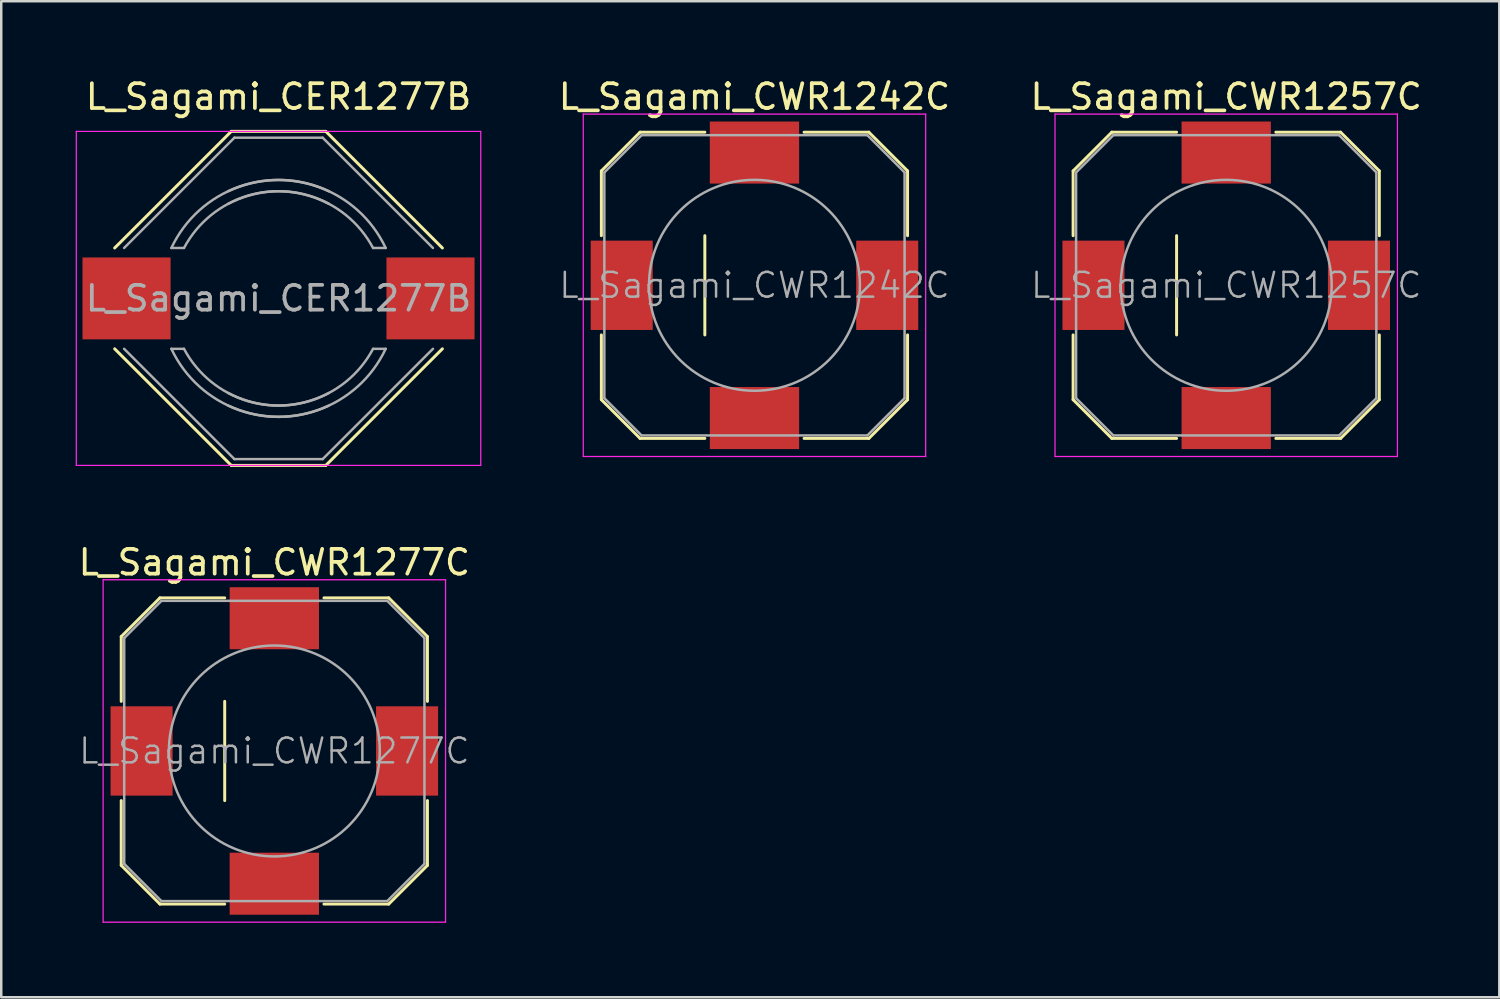
<source format=kicad_pcb>
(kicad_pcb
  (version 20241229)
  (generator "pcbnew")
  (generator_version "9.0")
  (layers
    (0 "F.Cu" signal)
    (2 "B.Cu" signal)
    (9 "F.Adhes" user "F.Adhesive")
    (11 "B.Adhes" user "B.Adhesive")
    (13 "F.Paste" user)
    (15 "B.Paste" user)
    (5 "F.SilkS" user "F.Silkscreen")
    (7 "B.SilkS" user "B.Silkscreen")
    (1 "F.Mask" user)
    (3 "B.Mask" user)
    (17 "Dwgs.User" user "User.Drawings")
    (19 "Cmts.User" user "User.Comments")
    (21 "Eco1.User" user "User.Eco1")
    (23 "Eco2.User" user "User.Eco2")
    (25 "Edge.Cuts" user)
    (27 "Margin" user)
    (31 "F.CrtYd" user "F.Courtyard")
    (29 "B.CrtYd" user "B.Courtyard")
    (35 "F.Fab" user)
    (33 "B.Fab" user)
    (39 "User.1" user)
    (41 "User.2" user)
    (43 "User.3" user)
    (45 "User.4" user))
  (footprint "L_Sagami_CWR1277C"
    (layer "F.Cu")
    (at 8.006 27.215)
    (property "Reference" "L_Sagami_CWR1277C" (at 0 -7.6 0) (layer "F.SilkS") (effects (font (size 1 1) (thickness 0.15))))
    (attr smd)
    (fp_line (start -6.17 -4.61) (end -6.17 -2) (stroke (width 0.12) (type solid)) (layer "F.SilkS"))
    (fp_line (start -6.17 2) (end -6.17 4.61) (stroke (width 0.12) (type solid)) (layer "F.SilkS"))
    (fp_line (start -4.61 -6.17) (end -6.17 -4.61) (stroke (width 0.12) (type solid)) (layer "F.SilkS"))
    (fp_line (start -4.61 -6.17) (end -2 -6.17) (stroke (width 0.12) (type solid)) (layer "F.SilkS"))
    (fp_line (start -4.61 6.17) (end -6.17 4.61) (stroke (width 0.12) (type solid)) (layer "F.SilkS"))
    (fp_line (start -4.61 6.17) (end -2 6.17) (stroke (width 0.12) (type solid)) (layer "F.SilkS"))
    (fp_line (start -2 -2) (end -2 2) (stroke (width 0.12) (type solid)) (layer "F.SilkS"))
    (fp_line (start 2 6.17) (end 4.61 6.17) (stroke (width 0.12) (type solid)) (layer "F.SilkS"))
    (fp_line (start 4.61 -6.17) (end 2 -6.17) (stroke (width 0.12) (type solid)) (layer "F.SilkS"))
    (fp_line (start 4.61 -6.17) (end 6.17 -4.61) (stroke (width 0.12) (type solid)) (layer "F.SilkS"))
    (fp_line (start 4.61 6.17) (end 6.17 4.61) (stroke (width 0.12) (type solid)) (layer "F.SilkS"))
    (fp_line (start 6.17 -2) (end 6.17 -4.61) (stroke (width 0.12) (type solid)) (layer "F.SilkS"))
    (fp_line (start 6.17 4.61) (end 6.17 2) (stroke (width 0.12) (type solid)) (layer "F.SilkS"))
    (fp_line (start -6.9 -6.9) (end -6.9 6.9) (stroke (width 0.05) (type solid)) (layer "F.CrtYd"))
    (fp_line (start -6.9 -6.9) (end 6.9 -6.9) (stroke (width 0.05) (type solid)) (layer "F.CrtYd"))
    (fp_line (start -6.9 6.9) (end 6.9 6.9) (stroke (width 0.05) (type solid)) (layer "F.CrtYd"))
    (fp_line (start 6.9 -6.9) (end 6.9 6.9) (stroke (width 0.05) (type solid)) (layer "F.CrtYd"))
    (fp_line (start -6.05 -4.55) (end -4.55 -6.05) (stroke (width 0.1) (type solid)) (layer "F.Fab"))
    (fp_line (start -6.05 4.55) (end -6.05 -4.55) (stroke (width 0.1) (type solid)) (layer "F.Fab"))
    (fp_line (start -6.05 4.55) (end -4.55 6.05) (stroke (width 0.1) (type solid)) (layer "F.Fab"))
    (fp_line (start -4.55 -6.05) (end 4.55 -6.05) (stroke (width 0.1) (type solid)) (layer "F.Fab"))
    (fp_line (start 4.55 -6.05) (end 6.05 -4.55) (stroke (width 0.1) (type solid)) (layer "F.Fab"))
    (fp_line (start 4.55 6.05) (end -4.55 6.05) (stroke (width 0.1) (type solid)) (layer "F.Fab"))
    (fp_line (start 4.55 6.05) (end 6.05 4.55) (stroke (width 0.1) (type solid)) (layer "F.Fab"))
    (fp_line (start 6.05 -4.55) (end 6.05 4.55) (stroke (width 0.1) (type solid)) (layer "F.Fab"))
    (fp_circle (center 0 0) (end 4.25 0) (stroke (width 0.1) (type solid)) (fill no) (layer "F.Fab"))
    (fp_text user "${REFERENCE}" (at 0 0 0) (layer "F.Fab") (effects (font (size 1 1) (thickness 0.1))))
    (pad "1" smd rect (at -5.35 0) (size 2.5 3.6) (layers "F.Cu" "F.Mask" "F.Paste"))
    (pad "1" smd rect (at 0 5.35) (size 3.6 2.5) (layers "F.Cu" "F.Mask" "F.Paste"))
    (pad "2" smd rect (at 0 -5.35) (size 3.6 2.5) (layers "F.Cu" "F.Mask" "F.Paste"))
    (pad "2" smd rect (at 5.35 0) (size 2.5 3.6) (layers "F.Cu" "F.Mask" "F.Paste")))
  (footprint "L_Sagami_CER1277B"
    (layer "F.Cu")
    (at 8.175 8.976)
    (property "Reference" "L_Sagami_CER1277B" (at 0 -8.128 0) (layer "F.SilkS") (effects (font (size 1 1) (thickness 0.15))))
    (attr smd)
    (fp_line (start -6.604 -2.032) (end -1.905 -6.731) (stroke (width 0.12) (type solid)) (layer "F.SilkS"))
    (fp_line (start -6.604 2.032) (end -1.905 6.731) (stroke (width 0.12) (type solid)) (layer "F.SilkS"))
    (fp_line (start -1.905 -6.731) (end 1.905 -6.731) (stroke (width 0.12) (type solid)) (layer "F.SilkS"))
    (fp_line (start -1.905 6.731) (end 1.905 6.731) (stroke (width 0.12) (type solid)) (layer "F.SilkS"))
    (fp_line (start 1.905 -6.731) (end 6.604 -2.032) (stroke (width 0.12) (type solid)) (layer "F.SilkS"))
    (fp_line (start 1.905 6.731) (end 6.604 2.032) (stroke (width 0.12) (type solid)) (layer "F.SilkS"))
    (fp_line (start -8.15 -6.73) (end -8.15 6.73) (stroke (width 0.05) (type solid)) (layer "F.CrtYd"))
    (fp_line (start -8.15 -6.73) (end 8.15 -6.73) (stroke (width 0.05) (type solid)) (layer "F.CrtYd"))
    (fp_line (start -8.15 6.73) (end 8.15 6.73) (stroke (width 0.05) (type solid)) (layer "F.CrtYd"))
    (fp_line (start 8.15 -6.73) (end 8.15 6.73) (stroke (width 0.05) (type solid)) (layer "F.CrtYd"))
    (fp_line (start -6.223 -2.032) (end -1.778 -6.477) (stroke (width 0.1) (type solid)) (layer "F.Fab"))
    (fp_line (start -6.223 2.032) (end -1.778 6.477) (stroke (width 0.1) (type solid)) (layer "F.Fab"))
    (fp_line (start -3.81 -2.032) (end -4.318 -2.032) (stroke (width 0.1) (type solid)) (layer "F.Fab"))
    (fp_line (start -3.81 2.032) (end -4.318 2.032) (stroke (width 0.1) (type solid)) (layer "F.Fab"))
    (fp_line (start -1.778 6.477) (end 1.778 6.477) (stroke (width 0.1) (type solid)) (layer "F.Fab"))
    (fp_line (start 1.778 -6.477) (end -1.778 -6.477) (stroke (width 0.1) (type solid)) (layer "F.Fab"))
    (fp_line (start 1.778 6.477) (end 6.223 2.032) (stroke (width 0.1) (type solid)) (layer "F.Fab"))
    (fp_line (start 3.81 -2.032) (end 4.318 -2.032) (stroke (width 0.1) (type solid)) (layer "F.Fab"))
    (fp_line (start 3.81 2.032) (end 4.318 2.032) (stroke (width 0.1) (type solid)) (layer "F.Fab"))
    (fp_line (start 6.223 -2.032) (end 1.778 -6.477) (stroke (width 0.1) (type solid)) (layer "F.Fab"))
    (fp_arc (start -4.318 -2.032) (mid -1.616446 -4.490128) (end 2.032 -4.318) (stroke (width 0.1) (type solid)) (layer "F.Fab"))
    (fp_arc (start -3.81 -2.032) (mid -1.257236 -4.130918) (end 2.032 -3.81) (stroke (width 0.1) (type solid)) (layer "F.Fab"))
    (fp_arc (start -2.032 -4.318) (mid 1.616446 -4.490128) (end 4.318 -2.032) (stroke (width 0.1) (type solid)) (layer "F.Fab"))
    (fp_arc (start -2.032 -3.81) (mid 1.257236 -4.130918) (end 3.81 -2.032) (stroke (width 0.1) (type solid)) (layer "F.Fab"))
    (fp_arc (start 2.032 3.81) (mid -1.257236 4.130918) (end -3.81 2.032) (stroke (width 0.1) (type solid)) (layer "F.Fab"))
    (fp_arc (start 2.032 4.318) (mid -1.616446 4.490128) (end -4.318 2.032) (stroke (width 0.1) (type solid)) (layer "F.Fab"))
    (fp_arc (start 3.81 2.032) (mid 1.257236 4.130918) (end -2.032 3.81) (stroke (width 0.1) (type solid)) (layer "F.Fab"))
    (fp_arc (start 4.318 2.032) (mid 1.616446 4.490128) (end -2.032 4.318) (stroke (width 0.1) (type solid)) (layer "F.Fab"))
    (fp_text user "${REFERENCE}" (at 0 0 0) (layer "F.Fab") (effects (font (size 1 1) (thickness 0.15))))
    (pad "1" smd rect (at -6.125 0) (size 3.55 3.3) (layers "F.Cu" "F.Mask" "F.Paste"))
    (pad "2" smd rect (at 6.125 0) (size 3.55 3.3) (layers "F.Cu" "F.Mask" "F.Paste")))
  (footprint "L_Sagami_CWR1242C"
    (layer "F.Cu")
    (at 27.356 8.448)
    (property "Reference" "L_Sagami_CWR1242C" (at 0 -7.6 0) (layer "F.SilkS") (effects (font (size 1 1) (thickness 0.15))))
    (attr smd)
    (fp_line (start -6.17 -4.61) (end -6.17 -2) (stroke (width 0.12) (type solid)) (layer "F.SilkS"))
    (fp_line (start -6.17 2) (end -6.17 4.61) (stroke (width 0.12) (type solid)) (layer "F.SilkS"))
    (fp_line (start -4.61 -6.17) (end -6.17 -4.61) (stroke (width 0.12) (type solid)) (layer "F.SilkS"))
    (fp_line (start -4.61 -6.17) (end -2 -6.17) (stroke (width 0.12) (type solid)) (layer "F.SilkS"))
    (fp_line (start -4.61 6.17) (end -6.17 4.61) (stroke (width 0.12) (type solid)) (layer "F.SilkS"))
    (fp_line (start -4.61 6.17) (end -2 6.17) (stroke (width 0.12) (type solid)) (layer "F.SilkS"))
    (fp_line (start -2 -2) (end -2 2) (stroke (width 0.12) (type solid)) (layer "F.SilkS"))
    (fp_line (start 2 6.17) (end 4.61 6.17) (stroke (width 0.12) (type solid)) (layer "F.SilkS"))
    (fp_line (start 4.61 -6.17) (end 2 -6.17) (stroke (width 0.12) (type solid)) (layer "F.SilkS"))
    (fp_line (start 4.61 -6.17) (end 6.17 -4.61) (stroke (width 0.12) (type solid)) (layer "F.SilkS"))
    (fp_line (start 4.61 6.17) (end 6.17 4.61) (stroke (width 0.12) (type solid)) (layer "F.SilkS"))
    (fp_line (start 6.17 -2) (end 6.17 -4.61) (stroke (width 0.12) (type solid)) (layer "F.SilkS"))
    (fp_line (start 6.17 4.61) (end 6.17 2) (stroke (width 0.12) (type solid)) (layer "F.SilkS"))
    (fp_line (start -6.9 -6.9) (end -6.9 6.9) (stroke (width 0.05) (type solid)) (layer "F.CrtYd"))
    (fp_line (start -6.9 -6.9) (end 6.9 -6.9) (stroke (width 0.05) (type solid)) (layer "F.CrtYd"))
    (fp_line (start -6.9 6.9) (end 6.9 6.9) (stroke (width 0.05) (type solid)) (layer "F.CrtYd"))
    (fp_line (start 6.9 -6.9) (end 6.9 6.9) (stroke (width 0.05) (type solid)) (layer "F.CrtYd"))
    (fp_line (start -6.05 -4.55) (end -4.55 -6.05) (stroke (width 0.1) (type solid)) (layer "F.Fab"))
    (fp_line (start -6.05 4.55) (end -6.05 -4.55) (stroke (width 0.1) (type solid)) (layer "F.Fab"))
    (fp_line (start -6.05 4.55) (end -4.55 6.05) (stroke (width 0.1) (type solid)) (layer "F.Fab"))
    (fp_line (start -4.55 -6.05) (end 4.55 -6.05) (stroke (width 0.1) (type solid)) (layer "F.Fab"))
    (fp_line (start 4.55 -6.05) (end 6.05 -4.55) (stroke (width 0.1) (type solid)) (layer "F.Fab"))
    (fp_line (start 4.55 6.05) (end -4.55 6.05) (stroke (width 0.1) (type solid)) (layer "F.Fab"))
    (fp_line (start 4.55 6.05) (end 6.05 4.55) (stroke (width 0.1) (type solid)) (layer "F.Fab"))
    (fp_line (start 6.05 -4.55) (end 6.05 4.55) (stroke (width 0.1) (type solid)) (layer "F.Fab"))
    (fp_circle (center 0 0) (end 4.25 0) (stroke (width 0.1) (type solid)) (fill no) (layer "F.Fab"))
    (fp_text user "${REFERENCE}" (at 0 0 0) (layer "F.Fab") (effects (font (size 1 1) (thickness 0.1))))
    (pad "1" smd rect (at -5.35 0) (size 2.5 3.6) (layers "F.Cu" "F.Mask" "F.Paste"))
    (pad "1" smd rect (at 0 5.35) (size 3.6 2.5) (layers "F.Cu" "F.Mask" "F.Paste"))
    (pad "2" smd rect (at 0 -5.35) (size 3.6 2.5) (layers "F.Cu" "F.Mask" "F.Paste"))
    (pad "2" smd rect (at 5.35 0) (size 2.5 3.6) (layers "F.Cu" "F.Mask" "F.Paste")))
  (footprint "L_Sagami_CWR1257C"
    (layer "F.Cu")
    (at 46.368 8.448)
    (property "Reference" "L_Sagami_CWR1257C" (at 0 -7.6 0) (layer "F.SilkS") (effects (font (size 1 1) (thickness 0.15))))
    (attr smd)
    (fp_line (start -6.17 -4.61) (end -6.17 -2) (stroke (width 0.12) (type solid)) (layer "F.SilkS"))
    (fp_line (start -6.17 2) (end -6.17 4.61) (stroke (width 0.12) (type solid)) (layer "F.SilkS"))
    (fp_line (start -4.61 -6.17) (end -6.17 -4.61) (stroke (width 0.12) (type solid)) (layer "F.SilkS"))
    (fp_line (start -4.61 -6.17) (end -2 -6.17) (stroke (width 0.12) (type solid)) (layer "F.SilkS"))
    (fp_line (start -4.61 6.17) (end -6.17 4.61) (stroke (width 0.12) (type solid)) (layer "F.SilkS"))
    (fp_line (start -4.61 6.17) (end -2 6.17) (stroke (width 0.12) (type solid)) (layer "F.SilkS"))
    (fp_line (start -2 -2) (end -2 2) (stroke (width 0.12) (type solid)) (layer "F.SilkS"))
    (fp_line (start 2 6.17) (end 4.61 6.17) (stroke (width 0.12) (type solid)) (layer "F.SilkS"))
    (fp_line (start 4.61 -6.17) (end 2 -6.17) (stroke (width 0.12) (type solid)) (layer "F.SilkS"))
    (fp_line (start 4.61 -6.17) (end 6.17 -4.61) (stroke (width 0.12) (type solid)) (layer "F.SilkS"))
    (fp_line (start 4.61 6.17) (end 6.17 4.61) (stroke (width 0.12) (type solid)) (layer "F.SilkS"))
    (fp_line (start 6.17 -2) (end 6.17 -4.61) (stroke (width 0.12) (type solid)) (layer "F.SilkS"))
    (fp_line (start 6.17 4.61) (end 6.17 2) (stroke (width 0.12) (type solid)) (layer "F.SilkS"))
    (fp_line (start -6.9 -6.9) (end -6.9 6.9) (stroke (width 0.05) (type solid)) (layer "F.CrtYd"))
    (fp_line (start -6.9 -6.9) (end 6.9 -6.9) (stroke (width 0.05) (type solid)) (layer "F.CrtYd"))
    (fp_line (start -6.9 6.9) (end 6.9 6.9) (stroke (width 0.05) (type solid)) (layer "F.CrtYd"))
    (fp_line (start 6.9 -6.9) (end 6.9 6.9) (stroke (width 0.05) (type solid)) (layer "F.CrtYd"))
    (fp_line (start -6.05 -4.55) (end -4.55 -6.05) (stroke (width 0.1) (type solid)) (layer "F.Fab"))
    (fp_line (start -6.05 4.55) (end -6.05 -4.55) (stroke (width 0.1) (type solid)) (layer "F.Fab"))
    (fp_line (start -6.05 4.55) (end -4.55 6.05) (stroke (width 0.1) (type solid)) (layer "F.Fab"))
    (fp_line (start -4.55 -6.05) (end 4.55 -6.05) (stroke (width 0.1) (type solid)) (layer "F.Fab"))
    (fp_line (start 4.55 -6.05) (end 6.05 -4.55) (stroke (width 0.1) (type solid)) (layer "F.Fab"))
    (fp_line (start 4.55 6.05) (end -4.55 6.05) (stroke (width 0.1) (type solid)) (layer "F.Fab"))
    (fp_line (start 4.55 6.05) (end 6.05 4.55) (stroke (width 0.1) (type solid)) (layer "F.Fab"))
    (fp_line (start 6.05 -4.55) (end 6.05 4.55) (stroke (width 0.1) (type solid)) (layer "F.Fab"))
    (fp_circle (center 0 0) (end 4.25 0) (stroke (width 0.1) (type solid)) (fill no) (layer "F.Fab"))
    (fp_text user "${REFERENCE}" (at 0 0 0) (layer "F.Fab") (effects (font (size 1 1) (thickness 0.1))))
    (pad "1" smd rect (at -5.35 0) (size 2.5 3.6) (layers "F.Cu" "F.Mask" "F.Paste"))
    (pad "1" smd rect (at 0 5.35) (size 3.6 2.5) (layers "F.Cu" "F.Mask" "F.Paste"))
    (pad "2" smd rect (at 0 -5.35) (size 3.6 2.5) (layers "F.Cu" "F.Mask" "F.Paste"))
    (pad "2" smd rect (at 5.35 0) (size 2.5 3.6) (layers "F.Cu" "F.Mask" "F.Paste")))
  (gr_rect
    (start -3 -3)
    (end 57.374 37.141)
    (stroke (width 0.1) (type default))
    (fill no)
    (layer "Edge.Cuts")))
</source>
